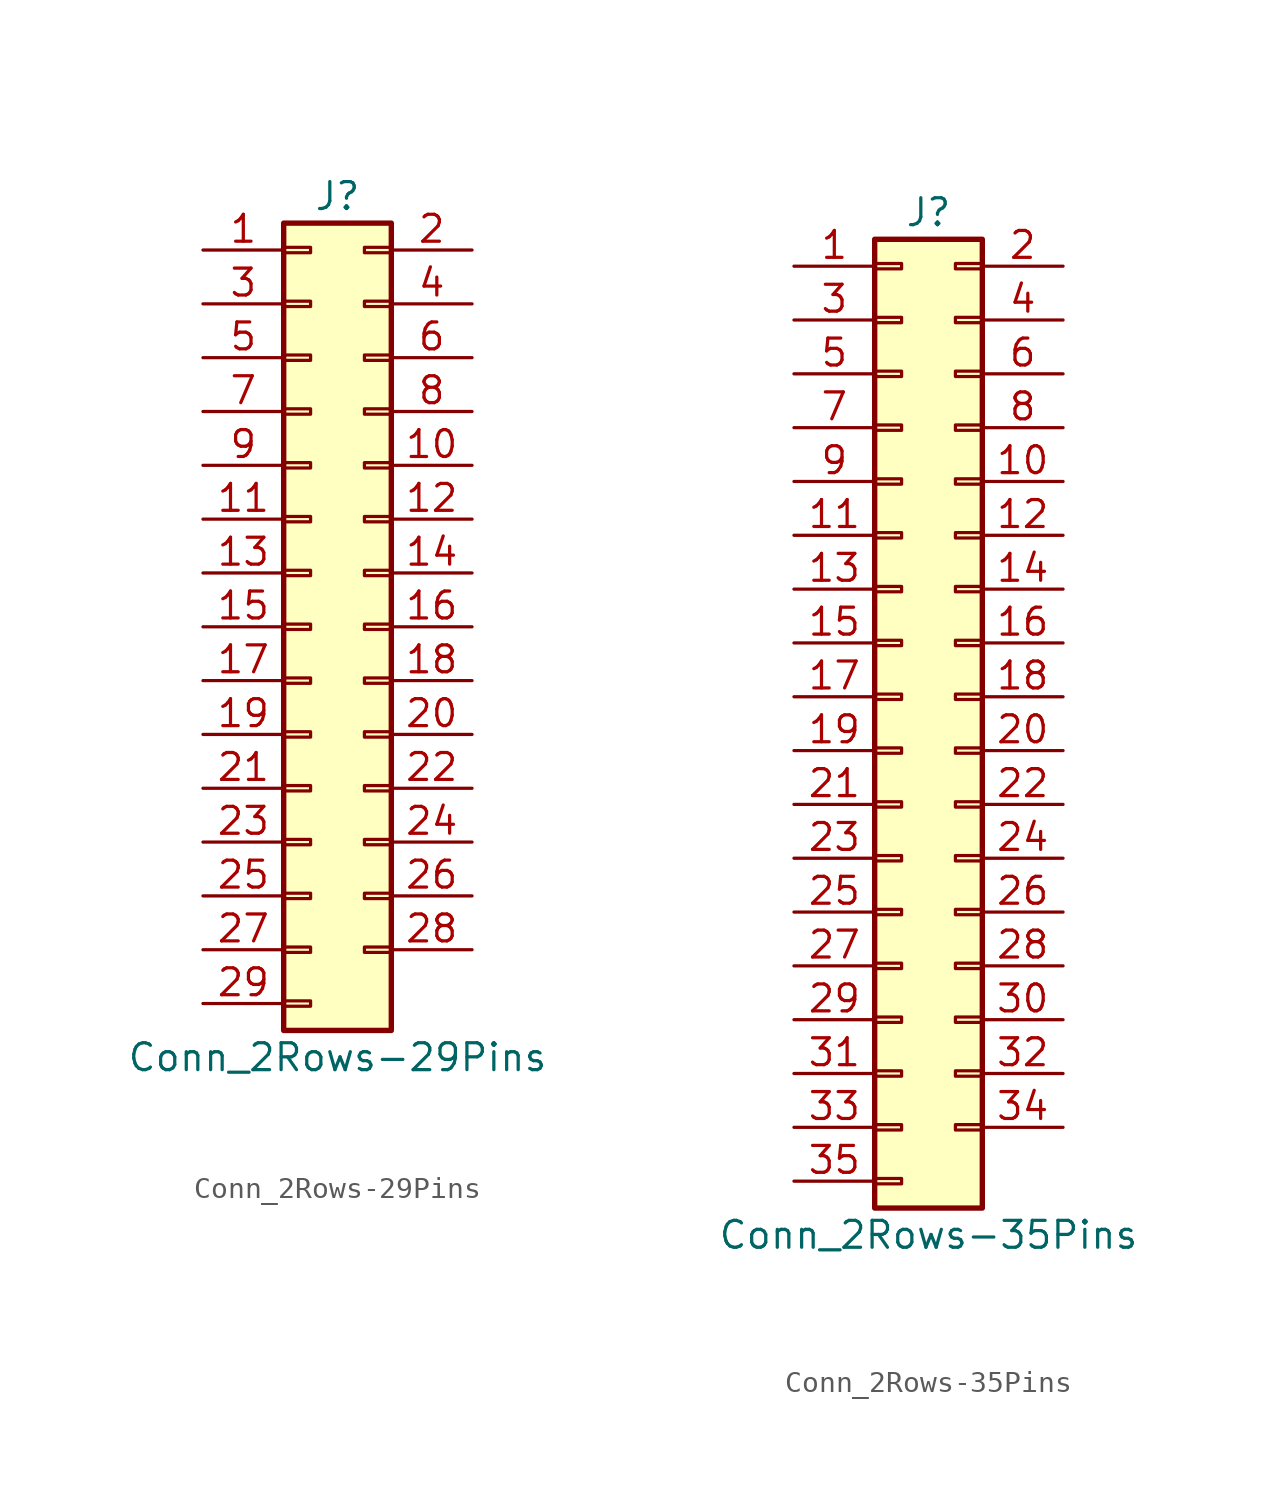
<source format=kicad_sym>
(kicad_symbol_lib
  (version 20211014)
  (generator kicad_symbol_editor)
  (symbol "Conn_2Rows-29Pins"
    (pin_names
      (offset 1.016) hide)
    (property "Reference" "J"
      (at 1.27 20.32 0)
      (effects (font (size 1.27 1.27))))
    (property "Value" "Conn_2Rows-29Pins"
      (at 1.27 -20.32 0)
      (effects (font (size 1.27 1.27))))
    (symbol "Conn_2Rows-29Pins_1_1"
      (rectangle (start -1.27 -17.653) (end 0 -17.907) (stroke (width 0.152) (type default) (color 0 0 0 0)) (fill (type none)))
      (rectangle (start -1.27 -15.113) (end 0 -15.367) (stroke (width 0.152) (type default) (color 0 0 0 0)) (fill (type none)))
      (rectangle (start -1.27 -12.573) (end 0 -12.827) (stroke (width 0.152) (type default) (color 0 0 0 0)) (fill (type none)))
      (rectangle (start -1.27 -10.033) (end 0 -10.287) (stroke (width 0.152) (type default) (color 0 0 0 0)) (fill (type none)))
      (rectangle (start -1.27 -7.493) (end 0 -7.747) (stroke (width 0.152) (type default) (color 0 0 0 0)) (fill (type none)))
      (rectangle (start -1.27 -4.953) (end 0 -5.207) (stroke (width 0.152) (type default) (color 0 0 0 0)) (fill (type none)))
      (rectangle (start -1.27 -2.413) (end 0 -2.667) (stroke (width 0.152) (type default) (color 0 0 0 0)) (fill (type none)))
      (rectangle (start -1.27 0.127) (end 0 -0.127) (stroke (width 0.152) (type default) (color 0 0 0 0)) (fill (type none)))
      (rectangle (start -1.27 2.667) (end 0 2.413) (stroke (width 0.152) (type default) (color 0 0 0 0)) (fill (type none)))
      (rectangle (start -1.27 5.207) (end 0 4.953) (stroke (width 0.152) (type default) (color 0 0 0 0)) (fill (type none)))
      (rectangle (start -1.27 7.747) (end 0 7.493) (stroke (width 0.152) (type default) (color 0 0 0 0)) (fill (type none)))
      (rectangle (start -1.27 10.287) (end 0 10.033) (stroke (width 0.152) (type default) (color 0 0 0 0)) (fill (type none)))
      (rectangle (start -1.27 12.827) (end 0 12.573) (stroke (width 0.152) (type default) (color 0 0 0 0)) (fill (type none)))
      (rectangle (start -1.27 15.367) (end 0 15.113) (stroke (width 0.152) (type default) (color 0 0 0 0)) (fill (type none)))
      (rectangle (start -1.27 17.907) (end 0 17.653) (stroke (width 0.152) (type default) (color 0 0 0 0)) (fill (type none)))
      (rectangle (start -1.27 19.05) (end 3.81 -19.05) (stroke (width 0.254) (type default) (color 0 0 0 0)) (fill (type background)))
      (rectangle (start 3.81 -15.113) (end 2.54 -15.367) (stroke (width 0.152) (type default) (color 0 0 0 0)) (fill (type none)))
      (rectangle (start 3.81 -12.573) (end 2.54 -12.827) (stroke (width 0.152) (type default) (color 0 0 0 0)) (fill (type none)))
      (rectangle (start 3.81 -10.033) (end 2.54 -10.287) (stroke (width 0.152) (type default) (color 0 0 0 0)) (fill (type none)))
      (rectangle (start 3.81 -7.493) (end 2.54 -7.747) (stroke (width 0.152) (type default) (color 0 0 0 0)) (fill (type none)))
      (rectangle (start 3.81 -4.953) (end 2.54 -5.207) (stroke (width 0.152) (type default) (color 0 0 0 0)) (fill (type none)))
      (rectangle (start 3.81 -2.413) (end 2.54 -2.667) (stroke (width 0.152) (type default) (color 0 0 0 0)) (fill (type none)))
      (rectangle (start 3.81 0.127) (end 2.54 -0.127) (stroke (width 0.152) (type default) (color 0 0 0 0)) (fill (type none)))
      (rectangle (start 3.81 2.667) (end 2.54 2.413) (stroke (width 0.152) (type default) (color 0 0 0 0)) (fill (type none)))
      (rectangle (start 3.81 5.207) (end 2.54 4.953) (stroke (width 0.152) (type default) (color 0 0 0 0)) (fill (type none)))
      (rectangle (start 3.81 7.747) (end 2.54 7.493) (stroke (width 0.152) (type default) (color 0 0 0 0)) (fill (type none)))
      (rectangle (start 3.81 10.287) (end 2.54 10.033) (stroke (width 0.152) (type default) (color 0 0 0 0)) (fill (type none)))
      (rectangle (start 3.81 12.827) (end 2.54 12.573) (stroke (width 0.152) (type default) (color 0 0 0 0)) (fill (type none)))
      (rectangle (start 3.81 15.367) (end 2.54 15.113) (stroke (width 0.152) (type default) (color 0 0 0 0)) (fill (type none)))
      (rectangle (start 3.81 17.907) (end 2.54 17.653) (stroke (width 0.152) (type default) (color 0 0 0 0)) (fill (type none)))
      (pin passive line (at -5.08 17.78 0) (length 3.81) (name "Pin_1" (effects (font (size 1.27 1.27)))) (number "1" (effects (font (size 1.27 1.27)))))
      (pin passive line (at 7.62 7.62 180) (length 3.81) (name "Pin_10" (effects (font (size 1.27 1.27)))) (number "10" (effects (font (size 1.27 1.27)))))
      (pin passive line (at -5.08 5.08 0) (length 3.81) (name "Pin_11" (effects (font (size 1.27 1.27)))) (number "11" (effects (font (size 1.27 1.27)))))
      (pin passive line (at 7.62 5.08 180) (length 3.81) (name "Pin_12" (effects (font (size 1.27 1.27)))) (number "12" (effects (font (size 1.27 1.27)))))
      (pin passive line (at -5.08 2.54 0) (length 3.81) (name "Pin_13" (effects (font (size 1.27 1.27)))) (number "13" (effects (font (size 1.27 1.27)))))
      (pin passive line (at 7.62 2.54 180) (length 3.81) (name "Pin_14" (effects (font (size 1.27 1.27)))) (number "14" (effects (font (size 1.27 1.27)))))
      (pin passive line (at -5.08 0 0) (length 3.81) (name "Pin_15" (effects (font (size 1.27 1.27)))) (number "15" (effects (font (size 1.27 1.27)))))
      (pin passive line (at 7.62 0 180) (length 3.81) (name "Pin_16" (effects (font (size 1.27 1.27)))) (number "16" (effects (font (size 1.27 1.27)))))
      (pin passive line (at -5.08 -2.54 0) (length 3.81) (name "Pin_17" (effects (font (size 1.27 1.27)))) (number "17" (effects (font (size 1.27 1.27)))))
      (pin passive line (at 7.62 -2.54 180) (length 3.81) (name "Pin_18" (effects (font (size 1.27 1.27)))) (number "18" (effects (font (size 1.27 1.27)))))
      (pin passive line (at -5.08 -5.08 0) (length 3.81) (name "Pin_19" (effects (font (size 1.27 1.27)))) (number "19" (effects (font (size 1.27 1.27)))))
      (pin passive line (at 7.62 17.78 180) (length 3.81) (name "Pin_2" (effects (font (size 1.27 1.27)))) (number "2" (effects (font (size 1.27 1.27)))))
      (pin passive line (at 7.62 -5.08 180) (length 3.81) (name "Pin_20" (effects (font (size 1.27 1.27)))) (number "20" (effects (font (size 1.27 1.27)))))
      (pin passive line (at -5.08 -7.62 0) (length 3.81) (name "Pin_21" (effects (font (size 1.27 1.27)))) (number "21" (effects (font (size 1.27 1.27)))))
      (pin passive line (at 7.62 -7.62 180) (length 3.81) (name "Pin_22" (effects (font (size 1.27 1.27)))) (number "22" (effects (font (size 1.27 1.27)))))
      (pin passive line (at -5.08 -10.16 0) (length 3.81) (name "Pin_23" (effects (font (size 1.27 1.27)))) (number "23" (effects (font (size 1.27 1.27)))))
      (pin passive line (at 7.62 -10.16 180) (length 3.81) (name "Pin_24" (effects (font (size 1.27 1.27)))) (number "24" (effects (font (size 1.27 1.27)))))
      (pin passive line (at -5.08 -12.7 0) (length 3.81) (name "Pin_25" (effects (font (size 1.27 1.27)))) (number "25" (effects (font (size 1.27 1.27)))))
      (pin passive line (at 7.62 -12.7 180) (length 3.81) (name "Pin_26" (effects (font (size 1.27 1.27)))) (number "26" (effects (font (size 1.27 1.27)))))
      (pin passive line (at -5.08 -15.24 0) (length 3.81) (name "Pin_27" (effects (font (size 1.27 1.27)))) (number "27" (effects (font (size 1.27 1.27)))))
      (pin passive line (at 7.62 -15.24 180) (length 3.81) (name "Pin_28" (effects (font (size 1.27 1.27)))) (number "28" (effects (font (size 1.27 1.27)))))
      (pin passive line (at -5.08 -17.78 0) (length 3.81) (name "Pin_29" (effects (font (size 1.27 1.27)))) (number "29" (effects (font (size 1.27 1.27)))))
      (pin passive line (at -5.08 15.24 0) (length 3.81) (name "Pin_3" (effects (font (size 1.27 1.27)))) (number "3" (effects (font (size 1.27 1.27)))))
      (pin passive line (at 7.62 15.24 180) (length 3.81) (name "Pin_4" (effects (font (size 1.27 1.27)))) (number "4" (effects (font (size 1.27 1.27)))))
      (pin passive line (at -5.08 12.7 0) (length 3.81) (name "Pin_5" (effects (font (size 1.27 1.27)))) (number "5" (effects (font (size 1.27 1.27)))))
      (pin passive line (at 7.62 12.7 180) (length 3.81) (name "Pin_6" (effects (font (size 1.27 1.27)))) (number "6" (effects (font (size 1.27 1.27)))))
      (pin passive line (at -5.08 10.16 0) (length 3.81) (name "Pin_7" (effects (font (size 1.27 1.27)))) (number "7" (effects (font (size 1.27 1.27)))))
      (pin passive line (at 7.62 10.16 180) (length 3.81) (name "Pin_8" (effects (font (size 1.27 1.27)))) (number "8" (effects (font (size 1.27 1.27)))))
      (pin passive line (at -5.08 7.62 0) (length 3.81) (name "Pin_9" (effects (font (size 1.27 1.27)))) (number "9" (effects (font (size 1.27 1.27)))))))
  (symbol "Conn_2Rows-35Pins"
    (pin_names
      (offset 1.016) hide)
    (property "Reference" "J"
      (at 1.27 22.86 0)
      (effects (font (size 1.27 1.27))))
    (property "Value" "Conn_2Rows-35Pins"
      (at 1.27 -25.4 0)
      (effects (font (size 1.27 1.27))))
    (symbol "Conn_2Rows-35Pins_1_1"
      (rectangle (start -1.27 -22.733) (end 0 -22.987) (stroke (width 0.152) (type default) (color 0 0 0 0)) (fill (type none)))
      (rectangle (start -1.27 -20.193) (end 0 -20.447) (stroke (width 0.152) (type default) (color 0 0 0 0)) (fill (type none)))
      (rectangle (start -1.27 -17.653) (end 0 -17.907) (stroke (width 0.152) (type default) (color 0 0 0 0)) (fill (type none)))
      (rectangle (start -1.27 -15.113) (end 0 -15.367) (stroke (width 0.152) (type default) (color 0 0 0 0)) (fill (type none)))
      (rectangle (start -1.27 -12.573) (end 0 -12.827) (stroke (width 0.152) (type default) (color 0 0 0 0)) (fill (type none)))
      (rectangle (start -1.27 -10.033) (end 0 -10.287) (stroke (width 0.152) (type default) (color 0 0 0 0)) (fill (type none)))
      (rectangle (start -1.27 -7.493) (end 0 -7.747) (stroke (width 0.152) (type default) (color 0 0 0 0)) (fill (type none)))
      (rectangle (start -1.27 -4.953) (end 0 -5.207) (stroke (width 0.152) (type default) (color 0 0 0 0)) (fill (type none)))
      (rectangle (start -1.27 -2.413) (end 0 -2.667) (stroke (width 0.152) (type default) (color 0 0 0 0)) (fill (type none)))
      (rectangle (start -1.27 0.127) (end 0 -0.127) (stroke (width 0.152) (type default) (color 0 0 0 0)) (fill (type none)))
      (rectangle (start -1.27 2.667) (end 0 2.413) (stroke (width 0.152) (type default) (color 0 0 0 0)) (fill (type none)))
      (rectangle (start -1.27 5.207) (end 0 4.953) (stroke (width 0.152) (type default) (color 0 0 0 0)) (fill (type none)))
      (rectangle (start -1.27 7.747) (end 0 7.493) (stroke (width 0.152) (type default) (color 0 0 0 0)) (fill (type none)))
      (rectangle (start -1.27 10.287) (end 0 10.033) (stroke (width 0.152) (type default) (color 0 0 0 0)) (fill (type none)))
      (rectangle (start -1.27 12.827) (end 0 12.573) (stroke (width 0.152) (type default) (color 0 0 0 0)) (fill (type none)))
      (rectangle (start -1.27 15.367) (end 0 15.113) (stroke (width 0.152) (type default) (color 0 0 0 0)) (fill (type none)))
      (rectangle (start -1.27 17.907) (end 0 17.653) (stroke (width 0.152) (type default) (color 0 0 0 0)) (fill (type none)))
      (rectangle (start -1.27 20.447) (end 0 20.193) (stroke (width 0.152) (type default) (color 0 0 0 0)) (fill (type none)))
      (rectangle (start -1.27 21.59) (end 3.81 -24.13) (stroke (width 0.254) (type default) (color 0 0 0 0)) (fill (type background)))
      (rectangle (start 3.81 -20.193) (end 2.54 -20.447) (stroke (width 0.152) (type default) (color 0 0 0 0)) (fill (type none)))
      (rectangle (start 3.81 -17.653) (end 2.54 -17.907) (stroke (width 0.152) (type default) (color 0 0 0 0)) (fill (type none)))
      (rectangle (start 3.81 -15.113) (end 2.54 -15.367) (stroke (width 0.152) (type default) (color 0 0 0 0)) (fill (type none)))
      (rectangle (start 3.81 -12.573) (end 2.54 -12.827) (stroke (width 0.152) (type default) (color 0 0 0 0)) (fill (type none)))
      (rectangle (start 3.81 -10.033) (end 2.54 -10.287) (stroke (width 0.152) (type default) (color 0 0 0 0)) (fill (type none)))
      (rectangle (start 3.81 -7.493) (end 2.54 -7.747) (stroke (width 0.152) (type default) (color 0 0 0 0)) (fill (type none)))
      (rectangle (start 3.81 -4.953) (end 2.54 -5.207) (stroke (width 0.152) (type default) (color 0 0 0 0)) (fill (type none)))
      (rectangle (start 3.81 -2.413) (end 2.54 -2.667) (stroke (width 0.152) (type default) (color 0 0 0 0)) (fill (type none)))
      (rectangle (start 3.81 0.127) (end 2.54 -0.127) (stroke (width 0.152) (type default) (color 0 0 0 0)) (fill (type none)))
      (rectangle (start 3.81 2.667) (end 2.54 2.413) (stroke (width 0.152) (type default) (color 0 0 0 0)) (fill (type none)))
      (rectangle (start 3.81 5.207) (end 2.54 4.953) (stroke (width 0.152) (type default) (color 0 0 0 0)) (fill (type none)))
      (rectangle (start 3.81 7.747) (end 2.54 7.493) (stroke (width 0.152) (type default) (color 0 0 0 0)) (fill (type none)))
      (rectangle (start 3.81 10.287) (end 2.54 10.033) (stroke (width 0.152) (type default) (color 0 0 0 0)) (fill (type none)))
      (rectangle (start 3.81 12.827) (end 2.54 12.573) (stroke (width 0.152) (type default) (color 0 0 0 0)) (fill (type none)))
      (rectangle (start 3.81 15.367) (end 2.54 15.113) (stroke (width 0.152) (type default) (color 0 0 0 0)) (fill (type none)))
      (rectangle (start 3.81 17.907) (end 2.54 17.653) (stroke (width 0.152) (type default) (color 0 0 0 0)) (fill (type none)))
      (rectangle (start 3.81 20.447) (end 2.54 20.193) (stroke (width 0.152) (type default) (color 0 0 0 0)) (fill (type none)))
      (pin passive line (at -5.08 20.32 0) (length 3.81) (name "Pin_1" (effects (font (size 1.27 1.27)))) (number "1" (effects (font (size 1.27 1.27)))))
      (pin passive line (at 7.62 10.16 180) (length 3.81) (name "Pin_10" (effects (font (size 1.27 1.27)))) (number "10" (effects (font (size 1.27 1.27)))))
      (pin passive line (at -5.08 7.62 0) (length 3.81) (name "Pin_11" (effects (font (size 1.27 1.27)))) (number "11" (effects (font (size 1.27 1.27)))))
      (pin passive line (at 7.62 7.62 180) (length 3.81) (name "Pin_12" (effects (font (size 1.27 1.27)))) (number "12" (effects (font (size 1.27 1.27)))))
      (pin passive line (at -5.08 5.08 0) (length 3.81) (name "Pin_13" (effects (font (size 1.27 1.27)))) (number "13" (effects (font (size 1.27 1.27)))))
      (pin passive line (at 7.62 5.08 180) (length 3.81) (name "Pin_14" (effects (font (size 1.27 1.27)))) (number "14" (effects (font (size 1.27 1.27)))))
      (pin passive line (at -5.08 2.54 0) (length 3.81) (name "Pin_15" (effects (font (size 1.27 1.27)))) (number "15" (effects (font (size 1.27 1.27)))))
      (pin passive line (at 7.62 2.54 180) (length 3.81) (name "Pin_16" (effects (font (size 1.27 1.27)))) (number "16" (effects (font (size 1.27 1.27)))))
      (pin passive line (at -5.08 0 0) (length 3.81) (name "Pin_17" (effects (font (size 1.27 1.27)))) (number "17" (effects (font (size 1.27 1.27)))))
      (pin passive line (at 7.62 0 180) (length 3.81) (name "Pin_18" (effects (font (size 1.27 1.27)))) (number "18" (effects (font (size 1.27 1.27)))))
      (pin passive line (at -5.08 -2.54 0) (length 3.81) (name "Pin_19" (effects (font (size 1.27 1.27)))) (number "19" (effects (font (size 1.27 1.27)))))
      (pin passive line (at 7.62 20.32 180) (length 3.81) (name "Pin_2" (effects (font (size 1.27 1.27)))) (number "2" (effects (font (size 1.27 1.27)))))
      (pin passive line (at 7.62 -2.54 180) (length 3.81) (name "Pin_20" (effects (font (size 1.27 1.27)))) (number "20" (effects (font (size 1.27 1.27)))))
      (pin passive line (at -5.08 -5.08 0) (length 3.81) (name "Pin_21" (effects (font (size 1.27 1.27)))) (number "21" (effects (font (size 1.27 1.27)))))
      (pin passive line (at 7.62 -5.08 180) (length 3.81) (name "Pin_22" (effects (font (size 1.27 1.27)))) (number "22" (effects (font (size 1.27 1.27)))))
      (pin passive line (at -5.08 -7.62 0) (length 3.81) (name "Pin_23" (effects (font (size 1.27 1.27)))) (number "23" (effects (font (size 1.27 1.27)))))
      (pin passive line (at 7.62 -7.62 180) (length 3.81) (name "Pin_24" (effects (font (size 1.27 1.27)))) (number "24" (effects (font (size 1.27 1.27)))))
      (pin passive line (at -5.08 -10.16 0) (length 3.81) (name "Pin_25" (effects (font (size 1.27 1.27)))) (number "25" (effects (font (size 1.27 1.27)))))
      (pin passive line (at 7.62 -10.16 180) (length 3.81) (name "Pin_26" (effects (font (size 1.27 1.27)))) (number "26" (effects (font (size 1.27 1.27)))))
      (pin passive line (at -5.08 -12.7 0) (length 3.81) (name "Pin_27" (effects (font (size 1.27 1.27)))) (number "27" (effects (font (size 1.27 1.27)))))
      (pin passive line (at 7.62 -12.7 180) (length 3.81) (name "Pin_28" (effects (font (size 1.27 1.27)))) (number "28" (effects (font (size 1.27 1.27)))))
      (pin passive line (at -5.08 -15.24 0) (length 3.81) (name "Pin_29" (effects (font (size 1.27 1.27)))) (number "29" (effects (font (size 1.27 1.27)))))
      (pin passive line (at -5.08 17.78 0) (length 3.81) (name "Pin_3" (effects (font (size 1.27 1.27)))) (number "3" (effects (font (size 1.27 1.27)))))
      (pin passive line (at 7.62 -15.24 180) (length 3.81) (name "Pin_30" (effects (font (size 1.27 1.27)))) (number "30" (effects (font (size 1.27 1.27)))))
      (pin passive line (at -5.08 -17.78 0) (length 3.81) (name "Pin_31" (effects (font (size 1.27 1.27)))) (number "31" (effects (font (size 1.27 1.27)))))
      (pin passive line (at 7.62 -17.78 180) (length 3.81) (name "Pin_32" (effects (font (size 1.27 1.27)))) (number "32" (effects (font (size 1.27 1.27)))))
      (pin passive line (at -5.08 -20.32 0) (length 3.81) (name "Pin_33" (effects (font (size 1.27 1.27)))) (number "33" (effects (font (size 1.27 1.27)))))
      (pin passive line (at 7.62 -20.32 180) (length 3.81) (name "Pin_34" (effects (font (size 1.27 1.27)))) (number "34" (effects (font (size 1.27 1.27)))))
      (pin passive line (at -5.08 -22.86 0) (length 3.81) (name "Pin_35" (effects (font (size 1.27 1.27)))) (number "35" (effects (font (size 1.27 1.27)))))
      (pin passive line (at 7.62 17.78 180) (length 3.81) (name "Pin_4" (effects (font (size 1.27 1.27)))) (number "4" (effects (font (size 1.27 1.27)))))
      (pin passive line (at -5.08 15.24 0) (length 3.81) (name "Pin_5" (effects (font (size 1.27 1.27)))) (number "5" (effects (font (size 1.27 1.27)))))
      (pin passive line (at 7.62 15.24 180) (length 3.81) (name "Pin_6" (effects (font (size 1.27 1.27)))) (number "6" (effects (font (size 1.27 1.27)))))
      (pin passive line (at -5.08 12.7 0) (length 3.81) (name "Pin_7" (effects (font (size 1.27 1.27)))) (number "7" (effects (font (size 1.27 1.27)))))
      (pin passive line (at 7.62 12.7 180) (length 3.81) (name "Pin_8" (effects (font (size 1.27 1.27)))) (number "8" (effects (font (size 1.27 1.27)))))
      (pin passive line (at -5.08 10.16 0) (length 3.81) (name "Pin_9" (effects (font (size 1.27 1.27)))) (number "9" (effects (font (size 1.27 1.27))))))))
</source>
